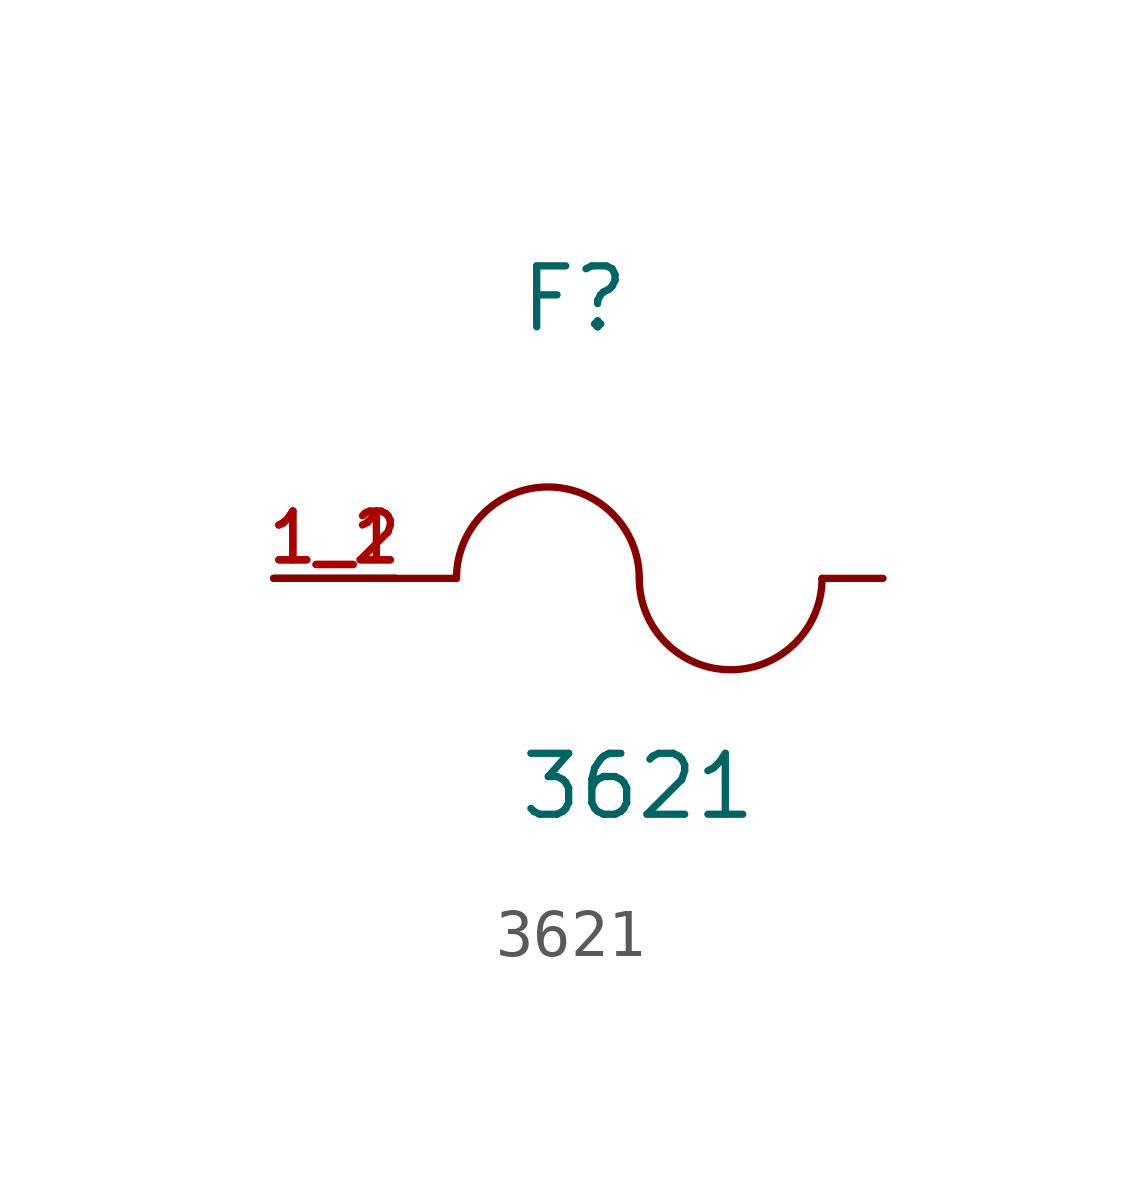
<source format=kicad_sym>
(kicad_symbol_lib
  (version 20211014)
  (generator kicad_symbol_editor)
  (symbol "3621"
    (pin_names
      (offset 1.016))
    (property "Reference" "F"
      (at -2.54 5.08 0)
      (effects (font (size 1.27 1.27)) (justify bottom left)))
    (property "Value" "3621"
      (at -2.54 -5.08 0)
      (effects (font (size 1.27 1.27)) (justify bottom left)))
    (symbol "3621_0_0"
      (arc (start 0.0 0.0) (mid -1.905 1.905) (end -3.81 0.0) (stroke (width 0.1524) (type default) (color 0 0 0 0)) (fill (type none)))
      (arc (start 3.81 0.0) (mid 1.905 -1.905) (end 0.0 0.0) (stroke (width 0.1524) (type default) (color 0 0 0 0)) (fill (type none)))
      (polyline (pts (xy 5.08 0.0) (xy 3.81 0.0)) (stroke (width 0.152)))
      (polyline (pts (xy -5.08 0.0) (xy -3.81 0.0)) (stroke (width 0.152)))
      (pin passive line (at -7.62 0.0 0) (length 2.54) (name "~" (effects (font (size 1.016 1.016)))) (number "1_1" (effects (font (size 1.016 1.016)))))
      (pin passive line (at -7.62 0.0 0) (length 2.54) (name "~" (effects (font (size 1.016 1.016)))) (number "1_2" (effects (font (size 1.016 1.016))))))))
</source>
